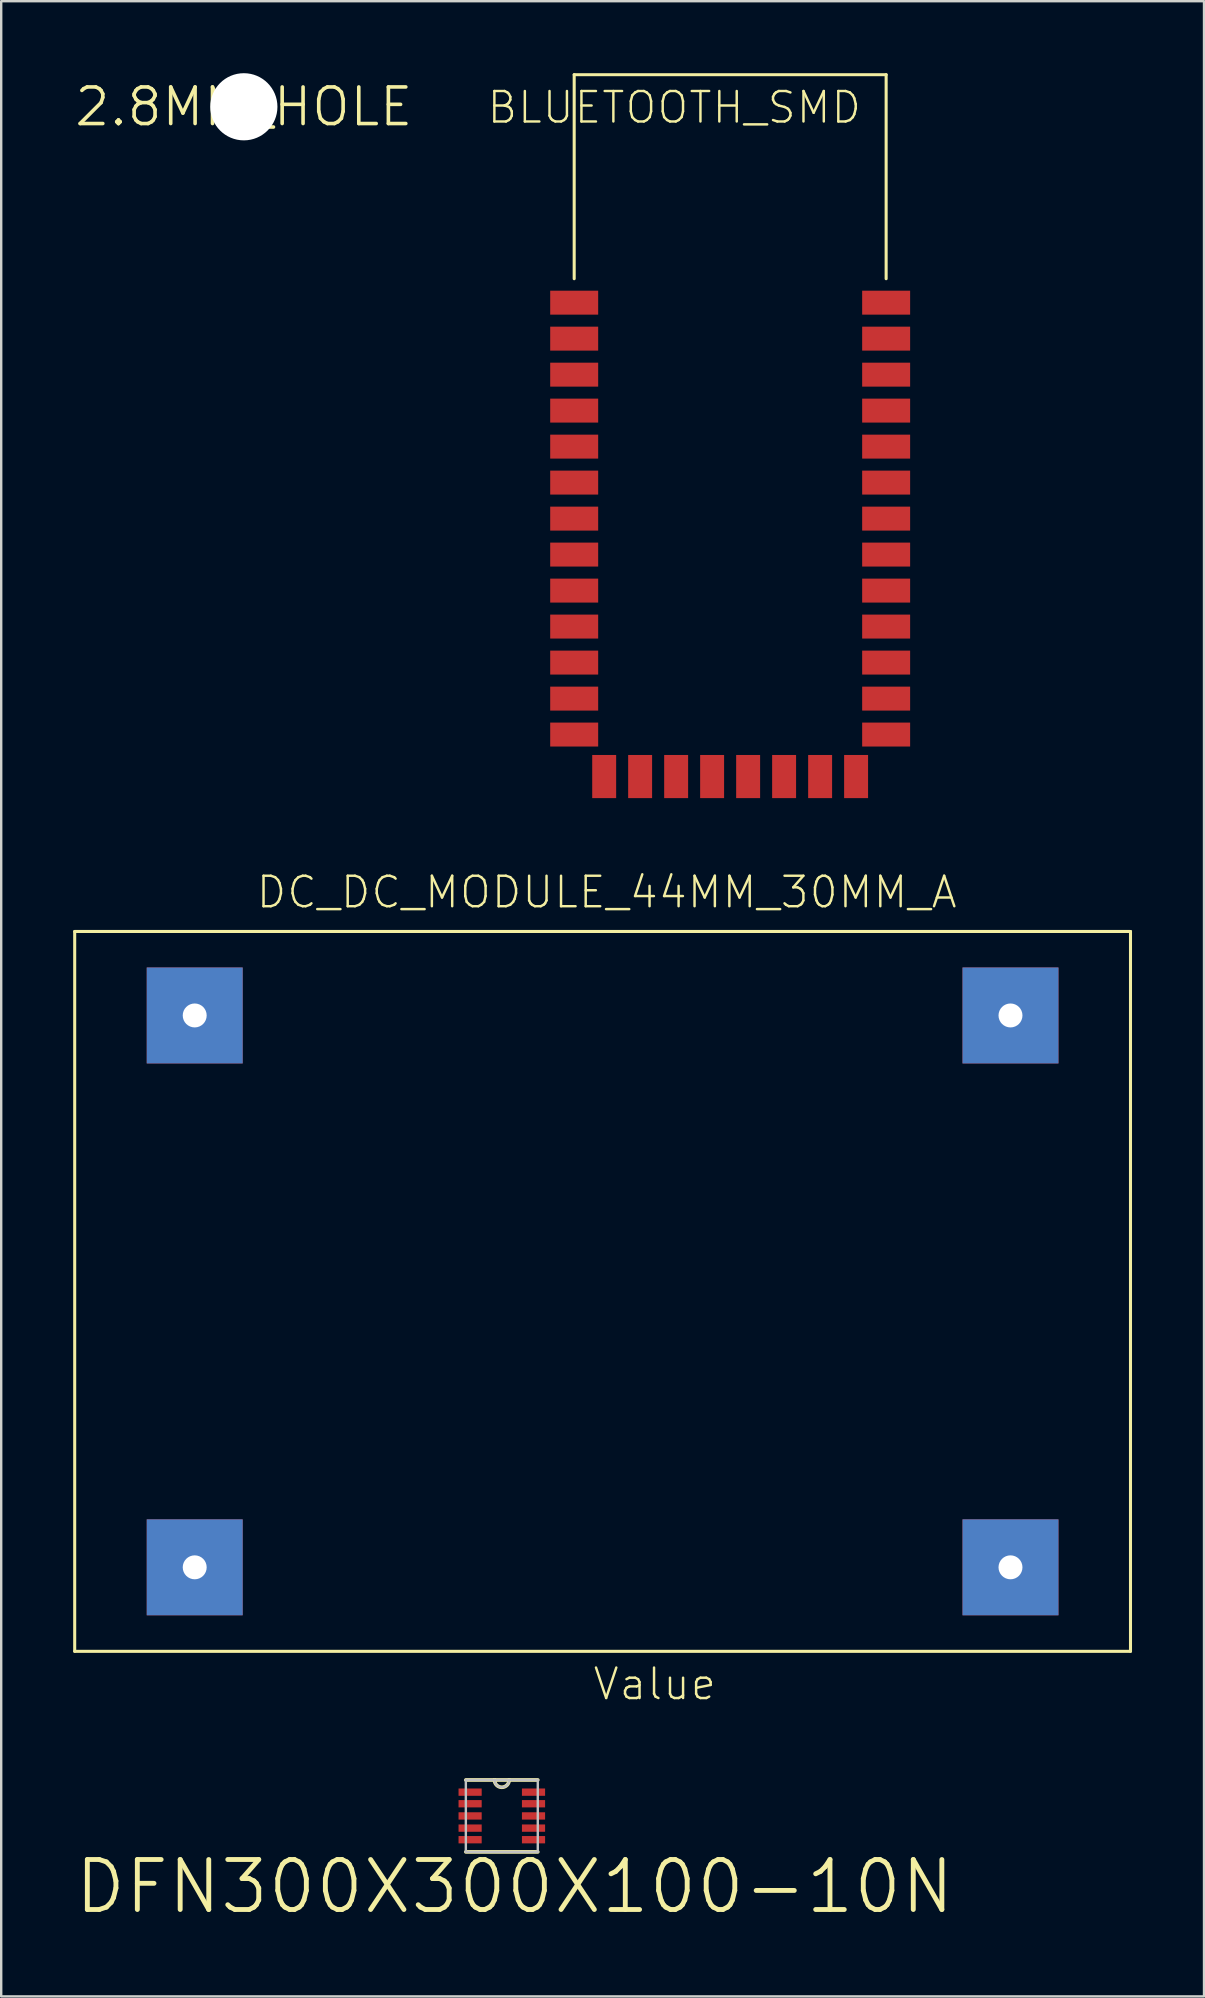
<source format=kicad_pcb>
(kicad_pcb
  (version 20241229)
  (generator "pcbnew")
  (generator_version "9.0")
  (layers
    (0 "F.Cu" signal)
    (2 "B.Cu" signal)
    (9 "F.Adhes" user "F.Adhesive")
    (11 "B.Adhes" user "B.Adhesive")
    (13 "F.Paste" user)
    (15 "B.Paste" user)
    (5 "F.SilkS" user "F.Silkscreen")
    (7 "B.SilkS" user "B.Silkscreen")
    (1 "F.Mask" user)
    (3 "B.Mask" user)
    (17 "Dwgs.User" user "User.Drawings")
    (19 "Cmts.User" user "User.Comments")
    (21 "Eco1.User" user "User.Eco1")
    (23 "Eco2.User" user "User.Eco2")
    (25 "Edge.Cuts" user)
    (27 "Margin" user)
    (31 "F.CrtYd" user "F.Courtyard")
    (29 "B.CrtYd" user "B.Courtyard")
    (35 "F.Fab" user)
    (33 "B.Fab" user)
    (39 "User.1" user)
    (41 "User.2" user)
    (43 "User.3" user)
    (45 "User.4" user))
  (footprint "DC_DC_MODULE_44MM_30MM_A"
    (layer "F.Cu")
    (at 22.062 50.766)
    (property "Reference" "DC_DC_MODULE_44MM_30MM_A" (at 0.173 -16.634 0) (layer "F.SilkS") (effects (font (size 1.27 1.27) (thickness 0.102))))
    (attr exclude_from_pos_files exclude_from_bom)
    (fp_line (start -21.999 -14.999) (end 21.999 -14.999) (stroke (width 0.127) (type solid)) (layer "F.SilkS"))
    (fp_line (start -21.999 14.999) (end -21.999 -14.999) (stroke (width 0.127) (type solid)) (layer "F.SilkS"))
    (fp_line (start 21.999 -14.999) (end 21.999 14.999) (stroke (width 0.127) (type solid)) (layer "F.SilkS"))
    (fp_line (start 21.999 14.999) (end -21.999 14.999) (stroke (width 0.127) (type solid)) (layer "F.SilkS"))
    (fp_text user "Value" (at 2.174 16.363 0) (layer "F.SilkS") (effects (font (size 1.27 1.27) (thickness 0.102))))
    (pad "IN+" thru_hole rect (at -16.998 11.499) (size 3.998 3.998) (drill 0.998) (layers "*.Cu" "*.Paste" "*.Mask"))
    (pad "IN-" thru_hole rect (at -16.998 -11.499) (size 3.998 3.998) (drill 0.998) (layers "*.Cu" "*.Paste" "*.Mask"))
    (pad "OUT+" thru_hole rect (at 16.998 11.499) (size 3.998 3.998) (drill 0.998) (layers "*.Cu" "*.Paste" "*.Mask"))
    (pad "OUT-" thru_hole rect (at 16.998 -11.499) (size 3.998 3.998) (drill 0.998) (layers "*.Cu" "*.Paste" "*.Mask")))
  (footprint "2.8MM_HOLE"
    (layer "F.Cu")
    (at 7.112 1.4)
    (property "Reference" "2.8MM_HOLE" (at 0 0 0) (layer "F.SilkS") (effects (font (size 1.524 1.524) (thickness 0.15))))
    (attr exclude_from_pos_files exclude_from_bom)
    (pad "" np_thru_hole circle (at 0 0) (size 2.799 2.799) (drill 2.799) (layers "*.Cu" "*.Mask")))
  (footprint "BLUETOOTH_SMD"
    (layer "F.Cu")
    (at 20.878 9.563)
    (property "Reference" "BLUETOOTH_SMD" (at 4.173 -8.133 0) (layer "F.SilkS") (effects (font (size 1.27 1.27) (thickness 0.102))))
    (attr smd)
    (fp_line (start 0 -9.5) (end 13 -9.5) (stroke (width 0.127) (type solid)) (layer "F.SilkS"))
    (fp_line (start 0 -0.998) (end 0 -9.5) (stroke (width 0.127) (type solid)) (layer "F.SilkS"))
    (fp_line (start 13 -9.5) (end 13 -0.998) (stroke (width 0.127) (type solid)) (layer "F.SilkS"))
    (pad "1" smd rect (at 0 0) (size 1.999 0.998) (layers "F.Cu" "F.Mask" "F.Paste"))
    (pad "2" smd rect (at 0 1.499) (size 1.999 0.998) (layers "F.Cu" "F.Mask" "F.Paste"))
    (pad "3" smd rect (at 0 3) (size 1.999 0.998) (layers "F.Cu" "F.Mask" "F.Paste"))
    (pad "4" smd rect (at 0 4.498) (size 1.999 0.998) (layers "F.Cu" "F.Mask" "F.Paste"))
    (pad "5" smd rect (at 0 5.999) (size 1.999 0.998) (layers "F.Cu" "F.Mask" "F.Paste"))
    (pad "6" smd rect (at 0 7.498) (size 1.999 0.998) (layers "F.Cu" "F.Mask" "F.Paste"))
    (pad "7" smd rect (at 0 8.999) (size 1.999 0.998) (layers "F.Cu" "F.Mask" "F.Paste"))
    (pad "8" smd rect (at 0 10.498) (size 1.999 0.998) (layers "F.Cu" "F.Mask" "F.Paste"))
    (pad "9" smd rect (at 0 11.999) (size 1.999 0.998) (layers "F.Cu" "F.Mask" "F.Paste"))
    (pad "10" smd rect (at 0 13.498) (size 1.999 0.998) (layers "F.Cu" "F.Mask" "F.Paste"))
    (pad "11" smd rect (at 0 14.999) (size 1.999 0.998) (layers "F.Cu" "F.Mask" "F.Paste"))
    (pad "12" smd rect (at 0 16.5) (size 1.999 0.998) (layers "F.Cu" "F.Mask" "F.Paste"))
    (pad "13" smd rect (at 0 17.998) (size 1.999 0.998) (layers "F.Cu" "F.Mask" "F.Paste"))
    (pad "14" smd rect (at 1.25 19.748 90) (size 1.798 0.998) (layers "F.Cu" "F.Mask" "F.Paste"))
    (pad "15" smd rect (at 2.748 19.748 90) (size 1.798 0.998) (layers "F.Cu" "F.Mask" "F.Paste"))
    (pad "16" smd rect (at 4.249 19.748 90) (size 1.798 0.998) (layers "F.Cu" "F.Mask" "F.Paste"))
    (pad "17" smd rect (at 5.748 19.748 90) (size 1.798 0.998) (layers "F.Cu" "F.Mask" "F.Paste"))
    (pad "18" smd rect (at 7.249 19.748 90) (size 1.798 0.998) (layers "F.Cu" "F.Mask" "F.Paste"))
    (pad "19" smd rect (at 8.748 19.748 90) (size 1.798 0.998) (layers "F.Cu" "F.Mask" "F.Paste"))
    (pad "20" smd rect (at 10.249 19.748 90) (size 1.798 0.998) (layers "F.Cu" "F.Mask" "F.Paste"))
    (pad "21" smd rect (at 11.748 19.748 90) (size 1.798 0.998) (layers "F.Cu" "F.Mask" "F.Paste"))
    (pad "22" smd rect (at 13 17.998) (size 1.999 0.998) (layers "F.Cu" "F.Mask" "F.Paste"))
    (pad "23" smd rect (at 13 16.5) (size 1.999 0.998) (layers "F.Cu" "F.Mask" "F.Paste"))
    (pad "24" smd rect (at 13 14.999) (size 1.999 0.998) (layers "F.Cu" "F.Mask" "F.Paste"))
    (pad "25" smd rect (at 13 13.498) (size 1.999 0.998) (layers "F.Cu" "F.Mask" "F.Paste"))
    (pad "26" smd rect (at 13 11.999) (size 1.999 0.998) (layers "F.Cu" "F.Mask" "F.Paste"))
    (pad "27" smd rect (at 13 10.498) (size 1.999 0.998) (layers "F.Cu" "F.Mask" "F.Paste"))
    (pad "28" smd rect (at 13 8.999) (size 1.999 0.998) (layers "F.Cu" "F.Mask" "F.Paste"))
    (pad "29" smd rect (at 13 7.498) (size 1.999 0.998) (layers "F.Cu" "F.Mask" "F.Paste"))
    (pad "30" smd rect (at 13 5.999) (size 1.999 0.998) (layers "F.Cu" "F.Mask" "F.Paste"))
    (pad "31" smd rect (at 13 4.498) (size 1.999 0.998) (layers "F.Cu" "F.Mask" "F.Paste"))
    (pad "32" smd rect (at 13 3) (size 1.999 0.998) (layers "F.Cu" "F.Mask" "F.Paste"))
    (pad "33" smd rect (at 13 1.499) (size 1.999 0.998) (layers "F.Cu" "F.Mask" "F.Paste"))
    (pad "34" smd rect (at 13 0) (size 1.999 0.998) (layers "F.Cu" "F.Mask" "F.Paste")))
  (footprint "DFN300X300X100-10N"
    (layer "F.Cu")
    (at 17.862 72.625)
    (property "Reference" "DFN300X300X100-10N" (at 0.533 2.946 0) (layer "F.SilkS") (effects (font (size 2.083 2.083) (thickness 0.203))))
    (attr smd)
    (fp_line (start -1.499 1.499) (end 1.499 1.499) (stroke (width 0.152) (type solid)) (layer "F.SilkS"))
    (fp_line (start -0.305 -1.499) (end -1.499 -1.499) (stroke (width 0.152) (type solid)) (layer "F.SilkS"))
    (fp_line (start 0.305 -1.499) (end -0.305 -1.499) (stroke (width 0.152) (type solid)) (layer "F.SilkS"))
    (fp_line (start 1.499 -1.499) (end 0.305 -1.499) (stroke (width 0.152) (type solid)) (layer "F.SilkS"))
    (fp_arc (start 0.3048 -1.4986) (mid 0 -1.1938) (end -0.3048 -1.4986) (stroke (width 0.1524) (type solid)) (layer "F.SilkS"))
    (fp_line (start -1.499 -1.499) (end -1.499 1.499) (stroke (width 0.1) (type solid)) (layer "Dwgs.User"))
    (fp_line (start -1.499 1.499) (end 1.499 1.499) (stroke (width 0.1) (type solid)) (layer "Dwgs.User"))
    (fp_line (start -0.305 -1.499) (end -1.499 -1.499) (stroke (width 0.1) (type solid)) (layer "Dwgs.User"))
    (fp_line (start 0.305 -1.499) (end -0.305 -1.499) (stroke (width 0.1) (type solid)) (layer "Dwgs.User"))
    (fp_line (start 1.499 -1.499) (end 0.305 -1.499) (stroke (width 0.1) (type solid)) (layer "Dwgs.User"))
    (fp_line (start 1.499 1.499) (end 1.499 -1.499) (stroke (width 0.1) (type solid)) (layer "Dwgs.User"))
    (fp_arc (start 0.3048 -1.4986) (mid 0 -1.1938) (end -0.3048 -1.4986) (stroke (width 0.1) (type solid)) (layer "Dwgs.User"))
    (pad "1" smd rect (at -1.321 -0.991) (size 0.965 0.305) (layers "F.Cu" "F.Mask" "F.Paste"))
    (pad "2" smd rect (at -1.321 -0.508) (size 0.965 0.305) (layers "F.Cu" "F.Mask" "F.Paste"))
    (pad "3" smd rect (at -1.321 0) (size 0.965 0.305) (layers "F.Cu" "F.Mask" "F.Paste"))
    (pad "4" smd rect (at -1.321 0.508) (size 0.965 0.305) (layers "F.Cu" "F.Mask" "F.Paste"))
    (pad "5" smd rect (at -1.321 0.991) (size 0.965 0.305) (layers "F.Cu" "F.Mask" "F.Paste"))
    (pad "6" smd rect (at 1.321 0.991) (size 0.965 0.305) (layers "F.Cu" "F.Mask" "F.Paste"))
    (pad "7" smd rect (at 1.321 0.508) (size 0.965 0.305) (layers "F.Cu" "F.Mask" "F.Paste"))
    (pad "8" smd rect (at 1.321 0) (size 0.965 0.305) (layers "F.Cu" "F.Mask" "F.Paste"))
    (pad "9" smd rect (at 1.321 -0.508) (size 0.965 0.305) (layers "F.Cu" "F.Mask" "F.Paste"))
    (pad "10" smd rect (at 1.321 -0.991) (size 0.965 0.305) (layers "F.Cu" "F.Mask" "F.Paste")))
  (gr_rect
    (start -3 -3)
    (end 47.125 80.147)
    (stroke (width 0.1) (type default))
    (fill no)
    (layer "Edge.Cuts")))
</source>
